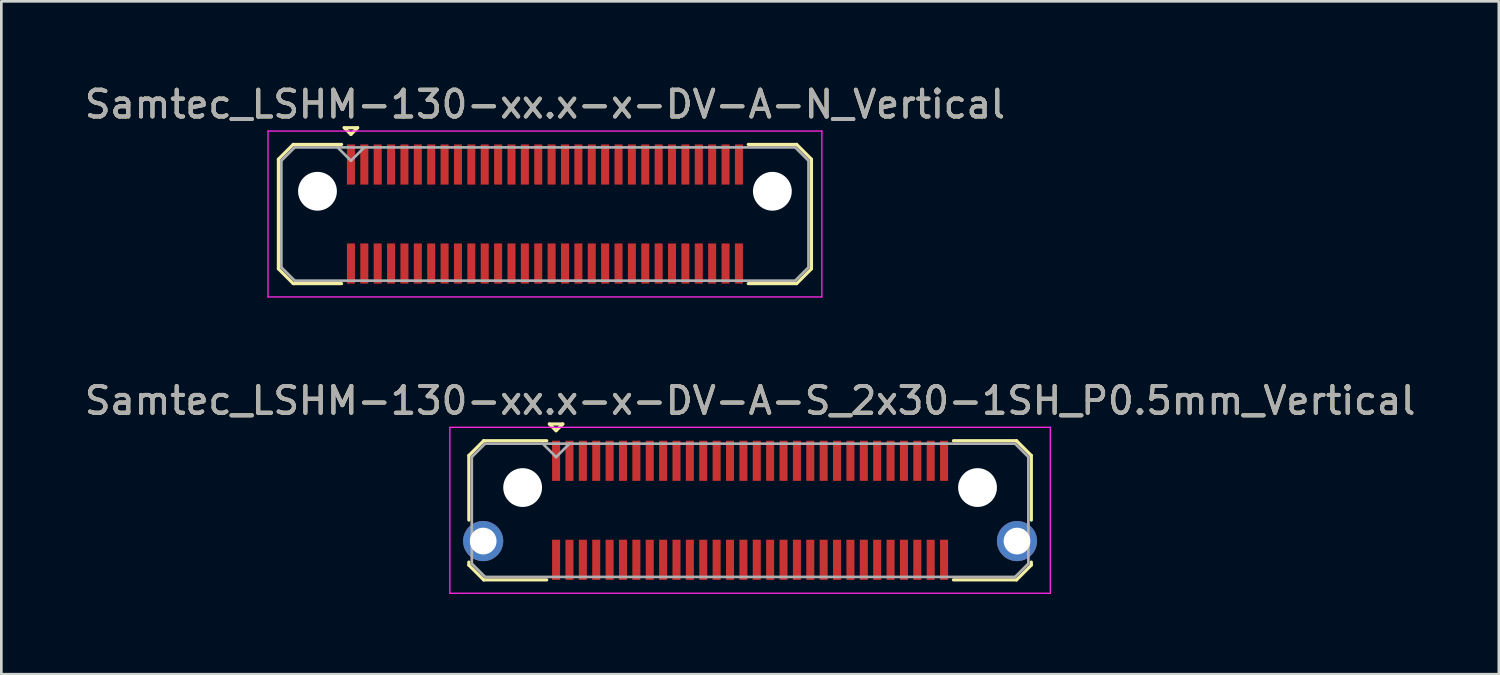
<source format=kicad_pcb>
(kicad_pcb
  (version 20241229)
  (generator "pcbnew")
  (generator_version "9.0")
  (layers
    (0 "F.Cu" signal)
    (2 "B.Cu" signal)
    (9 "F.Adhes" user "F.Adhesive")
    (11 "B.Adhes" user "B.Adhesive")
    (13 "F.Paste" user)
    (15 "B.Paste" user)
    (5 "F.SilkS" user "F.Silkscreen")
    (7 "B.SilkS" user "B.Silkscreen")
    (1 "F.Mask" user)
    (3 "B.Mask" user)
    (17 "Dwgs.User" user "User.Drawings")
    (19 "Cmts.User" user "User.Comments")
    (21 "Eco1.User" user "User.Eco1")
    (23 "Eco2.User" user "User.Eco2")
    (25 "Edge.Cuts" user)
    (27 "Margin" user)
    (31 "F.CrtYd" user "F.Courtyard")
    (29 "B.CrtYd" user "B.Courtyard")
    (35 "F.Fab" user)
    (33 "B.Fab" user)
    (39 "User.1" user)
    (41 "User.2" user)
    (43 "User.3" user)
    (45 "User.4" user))
  (footprint "Samtec_LSHM-130-xx.x-x-DV-A-S_2x30-1SH_P0.5mm_Vertical"
    (layer "F.Cu")
    (at 24.982 16.021)
    (property "Reference" "Samtec_LSHM-130-xx.x-x-DV-A-S_2x30-1SH_P0.5mm_Vertical" (at 0 -4.1 0) (layer "F.SilkS") (effects (font (size 1 1) (thickness 0.15))))
    (attr smd)
    (fp_line (start -10.51 -2.047) (end -10.51 0.365) (stroke (width 0.12) (type solid)) (layer "F.SilkS"))
    (fp_line (start -10.51 1.935) (end -10.51 2.047) (stroke (width 0.12) (type solid)) (layer "F.SilkS"))
    (fp_line (start -10.51 2.047) (end -9.957 2.6) (stroke (width 0.12) (type solid)) (layer "F.SilkS"))
    (fp_line (start -9.957 -2.6) (end -10.51 -2.047) (stroke (width 0.12) (type solid)) (layer "F.SilkS"))
    (fp_line (start -9.957 2.6) (end -7.6 2.6) (stroke (width 0.12) (type solid)) (layer "F.SilkS"))
    (fp_line (start -7.6 -2.6) (end -9.957 -2.6) (stroke (width 0.12) (type solid)) (layer "F.SilkS"))
    (fp_line (start -7.5 -3.225) (end -7 -3.225) (stroke (width 0.12) (type solid)) (layer "F.SilkS"))
    (fp_line (start -7.25 -2.975) (end -7.5 -3.225) (stroke (width 0.12) (type solid)) (layer "F.SilkS"))
    (fp_line (start -7 -3.225) (end -7.25 -2.975) (stroke (width 0.12) (type solid)) (layer "F.SilkS"))
    (fp_line (start 7.6 -2.6) (end 9.957 -2.6) (stroke (width 0.12) (type solid)) (layer "F.SilkS"))
    (fp_line (start 9.957 -2.6) (end 10.51 -2.047) (stroke (width 0.12) (type solid)) (layer "F.SilkS"))
    (fp_line (start 9.957 2.6) (end 7.6 2.6) (stroke (width 0.12) (type solid)) (layer "F.SilkS"))
    (fp_line (start 10.51 -2.047) (end 10.51 0.365) (stroke (width 0.12) (type solid)) (layer "F.SilkS"))
    (fp_line (start 10.51 1.935) (end 10.51 2.047) (stroke (width 0.12) (type solid)) (layer "F.SilkS"))
    (fp_line (start 10.51 2.047) (end 9.957 2.6) (stroke (width 0.12) (type solid)) (layer "F.SilkS"))
    (fp_line (start -11.22 -3.1) (end -11.22 3.1) (stroke (width 0.05) (type solid)) (layer "F.CrtYd"))
    (fp_line (start -11.22 3.1) (end 11.22 3.1) (stroke (width 0.05) (type solid)) (layer "F.CrtYd"))
    (fp_line (start 11.22 -3.1) (end -11.22 -3.1) (stroke (width 0.05) (type solid)) (layer "F.CrtYd"))
    (fp_line (start 11.22 3.1) (end 11.22 -3.1) (stroke (width 0.05) (type solid)) (layer "F.CrtYd"))
    (fp_line (start -10.4 -1.992) (end -10.4 1.992) (stroke (width 0.1) (type solid)) (layer "F.Fab"))
    (fp_line (start -10.4 1.992) (end -9.902 2.49) (stroke (width 0.1) (type solid)) (layer "F.Fab"))
    (fp_line (start -9.902 -2.49) (end -10.4 -1.992) (stroke (width 0.1) (type solid)) (layer "F.Fab"))
    (fp_line (start -9.902 2.49) (end 9.902 2.49) (stroke (width 0.1) (type solid)) (layer "F.Fab"))
    (fp_line (start -7.25 -1.99) (end -7.75 -2.49) (stroke (width 0.1) (type solid)) (layer "F.Fab"))
    (fp_line (start -6.75 -2.49) (end -7.25 -1.99) (stroke (width 0.1) (type solid)) (layer "F.Fab"))
    (fp_line (start 9.902 -2.49) (end -9.902 -2.49) (stroke (width 0.1) (type solid)) (layer "F.Fab"))
    (fp_line (start 9.902 2.49) (end 10.4 1.992) (stroke (width 0.1) (type solid)) (layer "F.Fab"))
    (fp_line (start 10.4 -1.992) (end 9.902 -2.49) (stroke (width 0.1) (type solid)) (layer "F.Fab"))
    (fp_line (start 10.4 1.992) (end 10.4 -1.992) (stroke (width 0.1) (type solid)) (layer "F.Fab"))
    (fp_text user "${REFERENCE}" (at 0 -4.1 0) (layer "F.Fab") (effects (font (size 1 1) (thickness 0.15))))
    (pad "" np_thru_hole circle (at -8.5 -0.85) (size 1.45 1.45) (drill 1.45) (layers "*.Cu" "*.Mask"))
    (pad "" np_thru_hole circle (at 8.5 -0.85) (size 1.45 1.45) (drill 1.45) (layers "*.Cu" "*.Mask"))
    (pad "1" smd rect (at -7.25 -1.85) (size 0.3 1.5) (layers "F.Cu" "F.Mask" "F.Paste"))
    (pad "2" smd rect (at -7.25 1.85) (size 0.3 1.5) (layers "F.Cu" "F.Mask" "F.Paste"))
    (pad "3" smd rect (at -6.75 -1.85) (size 0.3 1.5) (layers "F.Cu" "F.Mask" "F.Paste"))
    (pad "4" smd rect (at -6.75 1.85) (size 0.3 1.5) (layers "F.Cu" "F.Mask" "F.Paste"))
    (pad "5" smd rect (at -6.25 -1.85) (size 0.3 1.5) (layers "F.Cu" "F.Mask" "F.Paste"))
    (pad "6" smd rect (at -6.25 1.85) (size 0.3 1.5) (layers "F.Cu" "F.Mask" "F.Paste"))
    (pad "7" smd rect (at -5.75 -1.85) (size 0.3 1.5) (layers "F.Cu" "F.Mask" "F.Paste"))
    (pad "8" smd rect (at -5.75 1.85) (size 0.3 1.5) (layers "F.Cu" "F.Mask" "F.Paste"))
    (pad "9" smd rect (at -5.25 -1.85) (size 0.3 1.5) (layers "F.Cu" "F.Mask" "F.Paste"))
    (pad "10" smd rect (at -5.25 1.85) (size 0.3 1.5) (layers "F.Cu" "F.Mask" "F.Paste"))
    (pad "11" smd rect (at -4.75 -1.85) (size 0.3 1.5) (layers "F.Cu" "F.Mask" "F.Paste"))
    (pad "12" smd rect (at -4.75 1.85) (size 0.3 1.5) (layers "F.Cu" "F.Mask" "F.Paste"))
    (pad "13" smd rect (at -4.25 -1.85) (size 0.3 1.5) (layers "F.Cu" "F.Mask" "F.Paste"))
    (pad "14" smd rect (at -4.25 1.85) (size 0.3 1.5) (layers "F.Cu" "F.Mask" "F.Paste"))
    (pad "15" smd rect (at -3.75 -1.85) (size 0.3 1.5) (layers "F.Cu" "F.Mask" "F.Paste"))
    (pad "16" smd rect (at -3.75 1.85) (size 0.3 1.5) (layers "F.Cu" "F.Mask" "F.Paste"))
    (pad "17" smd rect (at -3.25 -1.85) (size 0.3 1.5) (layers "F.Cu" "F.Mask" "F.Paste"))
    (pad "18" smd rect (at -3.25 1.85) (size 0.3 1.5) (layers "F.Cu" "F.Mask" "F.Paste"))
    (pad "19" smd rect (at -2.75 -1.85) (size 0.3 1.5) (layers "F.Cu" "F.Mask" "F.Paste"))
    (pad "20" smd rect (at -2.75 1.85) (size 0.3 1.5) (layers "F.Cu" "F.Mask" "F.Paste"))
    (pad "21" smd rect (at -2.25 -1.85) (size 0.3 1.5) (layers "F.Cu" "F.Mask" "F.Paste"))
    (pad "22" smd rect (at -2.25 1.85) (size 0.3 1.5) (layers "F.Cu" "F.Mask" "F.Paste"))
    (pad "23" smd rect (at -1.75 -1.85) (size 0.3 1.5) (layers "F.Cu" "F.Mask" "F.Paste"))
    (pad "24" smd rect (at -1.75 1.85) (size 0.3 1.5) (layers "F.Cu" "F.Mask" "F.Paste"))
    (pad "25" smd rect (at -1.25 -1.85) (size 0.3 1.5) (layers "F.Cu" "F.Mask" "F.Paste"))
    (pad "26" smd rect (at -1.25 1.85) (size 0.3 1.5) (layers "F.Cu" "F.Mask" "F.Paste"))
    (pad "27" smd rect (at -0.75 -1.85) (size 0.3 1.5) (layers "F.Cu" "F.Mask" "F.Paste"))
    (pad "28" smd rect (at -0.75 1.85) (size 0.3 1.5) (layers "F.Cu" "F.Mask" "F.Paste"))
    (pad "29" smd rect (at -0.25 -1.85) (size 0.3 1.5) (layers "F.Cu" "F.Mask" "F.Paste"))
    (pad "30" smd rect (at -0.25 1.85) (size 0.3 1.5) (layers "F.Cu" "F.Mask" "F.Paste"))
    (pad "31" smd rect (at 0.25 -1.85) (size 0.3 1.5) (layers "F.Cu" "F.Mask" "F.Paste"))
    (pad "32" smd rect (at 0.25 1.85) (size 0.3 1.5) (layers "F.Cu" "F.Mask" "F.Paste"))
    (pad "33" smd rect (at 0.75 -1.85) (size 0.3 1.5) (layers "F.Cu" "F.Mask" "F.Paste"))
    (pad "34" smd rect (at 0.75 1.85) (size 0.3 1.5) (layers "F.Cu" "F.Mask" "F.Paste"))
    (pad "35" smd rect (at 1.25 -1.85) (size 0.3 1.5) (layers "F.Cu" "F.Mask" "F.Paste"))
    (pad "36" smd rect (at 1.25 1.85) (size 0.3 1.5) (layers "F.Cu" "F.Mask" "F.Paste"))
    (pad "37" smd rect (at 1.75 -1.85) (size 0.3 1.5) (layers "F.Cu" "F.Mask" "F.Paste"))
    (pad "38" smd rect (at 1.75 1.85) (size 0.3 1.5) (layers "F.Cu" "F.Mask" "F.Paste"))
    (pad "39" smd rect (at 2.25 -1.85) (size 0.3 1.5) (layers "F.Cu" "F.Mask" "F.Paste"))
    (pad "40" smd rect (at 2.25 1.85) (size 0.3 1.5) (layers "F.Cu" "F.Mask" "F.Paste"))
    (pad "41" smd rect (at 2.75 -1.85) (size 0.3 1.5) (layers "F.Cu" "F.Mask" "F.Paste"))
    (pad "42" smd rect (at 2.75 1.85) (size 0.3 1.5) (layers "F.Cu" "F.Mask" "F.Paste"))
    (pad "43" smd rect (at 3.25 -1.85) (size 0.3 1.5) (layers "F.Cu" "F.Mask" "F.Paste"))
    (pad "44" smd rect (at 3.25 1.85) (size 0.3 1.5) (layers "F.Cu" "F.Mask" "F.Paste"))
    (pad "45" smd rect (at 3.75 -1.85) (size 0.3 1.5) (layers "F.Cu" "F.Mask" "F.Paste"))
    (pad "46" smd rect (at 3.75 1.85) (size 0.3 1.5) (layers "F.Cu" "F.Mask" "F.Paste"))
    (pad "47" smd rect (at 4.25 -1.85) (size 0.3 1.5) (layers "F.Cu" "F.Mask" "F.Paste"))
    (pad "48" smd rect (at 4.25 1.85) (size 0.3 1.5) (layers "F.Cu" "F.Mask" "F.Paste"))
    (pad "49" smd rect (at 4.75 -1.85) (size 0.3 1.5) (layers "F.Cu" "F.Mask" "F.Paste"))
    (pad "50" smd rect (at 4.75 1.85) (size 0.3 1.5) (layers "F.Cu" "F.Mask" "F.Paste"))
    (pad "51" smd rect (at 5.25 -1.85) (size 0.3 1.5) (layers "F.Cu" "F.Mask" "F.Paste"))
    (pad "52" smd rect (at 5.25 1.85) (size 0.3 1.5) (layers "F.Cu" "F.Mask" "F.Paste"))
    (pad "53" smd rect (at 5.75 -1.85) (size 0.3 1.5) (layers "F.Cu" "F.Mask" "F.Paste"))
    (pad "54" smd rect (at 5.75 1.85) (size 0.3 1.5) (layers "F.Cu" "F.Mask" "F.Paste"))
    (pad "55" smd rect (at 6.25 -1.85) (size 0.3 1.5) (layers "F.Cu" "F.Mask" "F.Paste"))
    (pad "56" smd rect (at 6.25 1.85) (size 0.3 1.5) (layers "F.Cu" "F.Mask" "F.Paste"))
    (pad "57" smd rect (at 6.75 -1.85) (size 0.3 1.5) (layers "F.Cu" "F.Mask" "F.Paste"))
    (pad "58" smd rect (at 6.75 1.85) (size 0.3 1.5) (layers "F.Cu" "F.Mask" "F.Paste"))
    (pad "59" smd rect (at 7.25 -1.85) (size 0.3 1.5) (layers "F.Cu" "F.Mask" "F.Paste"))
    (pad "60" smd rect (at 7.25 1.85) (size 0.3 1.5) (layers "F.Cu" "F.Mask" "F.Paste"))
    (pad "SH" thru_hole circle (at -9.975 1.15) (size 1.5 1.5) (drill 1) (layers "*.Cu" "*.Mask"))
    (pad "SH" thru_hole circle (at 9.975 1.15) (size 1.5 1.5) (drill 1) (layers "*.Cu" "*.Mask")))
  (footprint "Samtec_LSHM-130-xx.x-x-DV-A-N_Vertical"
    (layer "F.Cu")
    (at 17.315 4.948)
    (property "Reference" "Samtec_LSHM-130-xx.x-x-DV-A-N_Vertical" (at 0 -4.1 0) (layer "F.SilkS") (effects (font (size 1 1) (thickness 0.15))))
    (attr smd)
    (fp_line (start -9.96 -2.047) (end -9.96 2.047) (stroke (width 0.12) (type solid)) (layer "F.SilkS"))
    (fp_line (start -9.96 2.047) (end -9.407 2.6) (stroke (width 0.12) (type solid)) (layer "F.SilkS"))
    (fp_line (start -9.407 -2.6) (end -9.96 -2.047) (stroke (width 0.12) (type solid)) (layer "F.SilkS"))
    (fp_line (start -9.407 2.6) (end -7.6 2.6) (stroke (width 0.12) (type solid)) (layer "F.SilkS"))
    (fp_line (start -7.6 -2.6) (end -9.407 -2.6) (stroke (width 0.12) (type solid)) (layer "F.SilkS"))
    (fp_line (start -7.5 -3.225) (end -7 -3.225) (stroke (width 0.12) (type solid)) (layer "F.SilkS"))
    (fp_line (start -7.25 -2.975) (end -7.5 -3.225) (stroke (width 0.12) (type solid)) (layer "F.SilkS"))
    (fp_line (start -7 -3.225) (end -7.25 -2.975) (stroke (width 0.12) (type solid)) (layer "F.SilkS"))
    (fp_line (start 7.6 -2.6) (end 9.407 -2.6) (stroke (width 0.12) (type solid)) (layer "F.SilkS"))
    (fp_line (start 9.407 -2.6) (end 9.96 -2.047) (stroke (width 0.12) (type solid)) (layer "F.SilkS"))
    (fp_line (start 9.407 2.6) (end 7.6 2.6) (stroke (width 0.12) (type solid)) (layer "F.SilkS"))
    (fp_line (start 9.96 -2.047) (end 9.96 2.047) (stroke (width 0.12) (type solid)) (layer "F.SilkS"))
    (fp_line (start 9.96 2.047) (end 9.407 2.6) (stroke (width 0.12) (type solid)) (layer "F.SilkS"))
    (fp_line (start -10.35 -3.1) (end -10.35 3.1) (stroke (width 0.05) (type solid)) (layer "F.CrtYd"))
    (fp_line (start -10.35 3.1) (end 10.35 3.1) (stroke (width 0.05) (type solid)) (layer "F.CrtYd"))
    (fp_line (start 10.35 -3.1) (end -10.35 -3.1) (stroke (width 0.05) (type solid)) (layer "F.CrtYd"))
    (fp_line (start 10.35 3.1) (end 10.35 -3.1) (stroke (width 0.05) (type solid)) (layer "F.CrtYd"))
    (fp_line (start -9.85 -1.992) (end -9.85 1.992) (stroke (width 0.1) (type solid)) (layer "F.Fab"))
    (fp_line (start -9.85 1.992) (end -9.352 2.49) (stroke (width 0.1) (type solid)) (layer "F.Fab"))
    (fp_line (start -9.352 -2.49) (end -9.85 -1.992) (stroke (width 0.1) (type solid)) (layer "F.Fab"))
    (fp_line (start -9.352 2.49) (end 9.352 2.49) (stroke (width 0.1) (type solid)) (layer "F.Fab"))
    (fp_line (start -7.25 -1.99) (end -7.75 -2.49) (stroke (width 0.1) (type solid)) (layer "F.Fab"))
    (fp_line (start -6.75 -2.49) (end -7.25 -1.99) (stroke (width 0.1) (type solid)) (layer "F.Fab"))
    (fp_line (start 9.352 -2.49) (end -9.352 -2.49) (stroke (width 0.1) (type solid)) (layer "F.Fab"))
    (fp_line (start 9.352 2.49) (end 9.85 1.992) (stroke (width 0.1) (type solid)) (layer "F.Fab"))
    (fp_line (start 9.85 -1.992) (end 9.352 -2.49) (stroke (width 0.1) (type solid)) (layer "F.Fab"))
    (fp_line (start 9.85 1.992) (end 9.85 -1.992) (stroke (width 0.1) (type solid)) (layer "F.Fab"))
    (fp_text user "${REFERENCE}" (at 0 -4.1 0) (layer "F.Fab") (effects (font (size 1 1) (thickness 0.15))))
    (pad "" np_thru_hole circle (at -8.5 -0.85) (size 1.45 1.45) (drill 1.45) (layers "*.Cu" "*.Mask"))
    (pad "" np_thru_hole circle (at 8.5 -0.85) (size 1.45 1.45) (drill 1.45) (layers "*.Cu" "*.Mask"))
    (pad "1" smd rect (at -7.25 -1.85) (size 0.3 1.5) (layers "F.Cu" "F.Mask" "F.Paste"))
    (pad "2" smd rect (at -7.25 1.85) (size 0.3 1.5) (layers "F.Cu" "F.Mask" "F.Paste"))
    (pad "3" smd rect (at -6.75 -1.85) (size 0.3 1.5) (layers "F.Cu" "F.Mask" "F.Paste"))
    (pad "4" smd rect (at -6.75 1.85) (size 0.3 1.5) (layers "F.Cu" "F.Mask" "F.Paste"))
    (pad "5" smd rect (at -6.25 -1.85) (size 0.3 1.5) (layers "F.Cu" "F.Mask" "F.Paste"))
    (pad "6" smd rect (at -6.25 1.85) (size 0.3 1.5) (layers "F.Cu" "F.Mask" "F.Paste"))
    (pad "7" smd rect (at -5.75 -1.85) (size 0.3 1.5) (layers "F.Cu" "F.Mask" "F.Paste"))
    (pad "8" smd rect (at -5.75 1.85) (size 0.3 1.5) (layers "F.Cu" "F.Mask" "F.Paste"))
    (pad "9" smd rect (at -5.25 -1.85) (size 0.3 1.5) (layers "F.Cu" "F.Mask" "F.Paste"))
    (pad "10" smd rect (at -5.25 1.85) (size 0.3 1.5) (layers "F.Cu" "F.Mask" "F.Paste"))
    (pad "11" smd rect (at -4.75 -1.85) (size 0.3 1.5) (layers "F.Cu" "F.Mask" "F.Paste"))
    (pad "12" smd rect (at -4.75 1.85) (size 0.3 1.5) (layers "F.Cu" "F.Mask" "F.Paste"))
    (pad "13" smd rect (at -4.25 -1.85) (size 0.3 1.5) (layers "F.Cu" "F.Mask" "F.Paste"))
    (pad "14" smd rect (at -4.25 1.85) (size 0.3 1.5) (layers "F.Cu" "F.Mask" "F.Paste"))
    (pad "15" smd rect (at -3.75 -1.85) (size 0.3 1.5) (layers "F.Cu" "F.Mask" "F.Paste"))
    (pad "16" smd rect (at -3.75 1.85) (size 0.3 1.5) (layers "F.Cu" "F.Mask" "F.Paste"))
    (pad "17" smd rect (at -3.25 -1.85) (size 0.3 1.5) (layers "F.Cu" "F.Mask" "F.Paste"))
    (pad "18" smd rect (at -3.25 1.85) (size 0.3 1.5) (layers "F.Cu" "F.Mask" "F.Paste"))
    (pad "19" smd rect (at -2.75 -1.85) (size 0.3 1.5) (layers "F.Cu" "F.Mask" "F.Paste"))
    (pad "20" smd rect (at -2.75 1.85) (size 0.3 1.5) (layers "F.Cu" "F.Mask" "F.Paste"))
    (pad "21" smd rect (at -2.25 -1.85) (size 0.3 1.5) (layers "F.Cu" "F.Mask" "F.Paste"))
    (pad "22" smd rect (at -2.25 1.85) (size 0.3 1.5) (layers "F.Cu" "F.Mask" "F.Paste"))
    (pad "23" smd rect (at -1.75 -1.85) (size 0.3 1.5) (layers "F.Cu" "F.Mask" "F.Paste"))
    (pad "24" smd rect (at -1.75 1.85) (size 0.3 1.5) (layers "F.Cu" "F.Mask" "F.Paste"))
    (pad "25" smd rect (at -1.25 -1.85) (size 0.3 1.5) (layers "F.Cu" "F.Mask" "F.Paste"))
    (pad "26" smd rect (at -1.25 1.85) (size 0.3 1.5) (layers "F.Cu" "F.Mask" "F.Paste"))
    (pad "27" smd rect (at -0.75 -1.85) (size 0.3 1.5) (layers "F.Cu" "F.Mask" "F.Paste"))
    (pad "28" smd rect (at -0.75 1.85) (size 0.3 1.5) (layers "F.Cu" "F.Mask" "F.Paste"))
    (pad "29" smd rect (at -0.25 -1.85) (size 0.3 1.5) (layers "F.Cu" "F.Mask" "F.Paste"))
    (pad "30" smd rect (at -0.25 1.85) (size 0.3 1.5) (layers "F.Cu" "F.Mask" "F.Paste"))
    (pad "31" smd rect (at 0.25 -1.85) (size 0.3 1.5) (layers "F.Cu" "F.Mask" "F.Paste"))
    (pad "32" smd rect (at 0.25 1.85) (size 0.3 1.5) (layers "F.Cu" "F.Mask" "F.Paste"))
    (pad "33" smd rect (at 0.75 -1.85) (size 0.3 1.5) (layers "F.Cu" "F.Mask" "F.Paste"))
    (pad "34" smd rect (at 0.75 1.85) (size 0.3 1.5) (layers "F.Cu" "F.Mask" "F.Paste"))
    (pad "35" smd rect (at 1.25 -1.85) (size 0.3 1.5) (layers "F.Cu" "F.Mask" "F.Paste"))
    (pad "36" smd rect (at 1.25 1.85) (size 0.3 1.5) (layers "F.Cu" "F.Mask" "F.Paste"))
    (pad "37" smd rect (at 1.75 -1.85) (size 0.3 1.5) (layers "F.Cu" "F.Mask" "F.Paste"))
    (pad "38" smd rect (at 1.75 1.85) (size 0.3 1.5) (layers "F.Cu" "F.Mask" "F.Paste"))
    (pad "39" smd rect (at 2.25 -1.85) (size 0.3 1.5) (layers "F.Cu" "F.Mask" "F.Paste"))
    (pad "40" smd rect (at 2.25 1.85) (size 0.3 1.5) (layers "F.Cu" "F.Mask" "F.Paste"))
    (pad "41" smd rect (at 2.75 -1.85) (size 0.3 1.5) (layers "F.Cu" "F.Mask" "F.Paste"))
    (pad "42" smd rect (at 2.75 1.85) (size 0.3 1.5) (layers "F.Cu" "F.Mask" "F.Paste"))
    (pad "43" smd rect (at 3.25 -1.85) (size 0.3 1.5) (layers "F.Cu" "F.Mask" "F.Paste"))
    (pad "44" smd rect (at 3.25 1.85) (size 0.3 1.5) (layers "F.Cu" "F.Mask" "F.Paste"))
    (pad "45" smd rect (at 3.75 -1.85) (size 0.3 1.5) (layers "F.Cu" "F.Mask" "F.Paste"))
    (pad "46" smd rect (at 3.75 1.85) (size 0.3 1.5) (layers "F.Cu" "F.Mask" "F.Paste"))
    (pad "47" smd rect (at 4.25 -1.85) (size 0.3 1.5) (layers "F.Cu" "F.Mask" "F.Paste"))
    (pad "48" smd rect (at 4.25 1.85) (size 0.3 1.5) (layers "F.Cu" "F.Mask" "F.Paste"))
    (pad "49" smd rect (at 4.75 -1.85) (size 0.3 1.5) (layers "F.Cu" "F.Mask" "F.Paste"))
    (pad "50" smd rect (at 4.75 1.85) (size 0.3 1.5) (layers "F.Cu" "F.Mask" "F.Paste"))
    (pad "51" smd rect (at 5.25 -1.85) (size 0.3 1.5) (layers "F.Cu" "F.Mask" "F.Paste"))
    (pad "52" smd rect (at 5.25 1.85) (size 0.3 1.5) (layers "F.Cu" "F.Mask" "F.Paste"))
    (pad "53" smd rect (at 5.75 -1.85) (size 0.3 1.5) (layers "F.Cu" "F.Mask" "F.Paste"))
    (pad "54" smd rect (at 5.75 1.85) (size 0.3 1.5) (layers "F.Cu" "F.Mask" "F.Paste"))
    (pad "55" smd rect (at 6.25 -1.85) (size 0.3 1.5) (layers "F.Cu" "F.Mask" "F.Paste"))
    (pad "56" smd rect (at 6.25 1.85) (size 0.3 1.5) (layers "F.Cu" "F.Mask" "F.Paste"))
    (pad "57" smd rect (at 6.75 -1.85) (size 0.3 1.5) (layers "F.Cu" "F.Mask" "F.Paste"))
    (pad "58" smd rect (at 6.75 1.85) (size 0.3 1.5) (layers "F.Cu" "F.Mask" "F.Paste"))
    (pad "59" smd rect (at 7.25 -1.85) (size 0.3 1.5) (layers "F.Cu" "F.Mask" "F.Paste"))
    (pad "60" smd rect (at 7.25 1.85) (size 0.3 1.5) (layers "F.Cu" "F.Mask" "F.Paste")))
  (gr_rect
    (start -3 -3)
    (end 52.964 22.146)
    (stroke (width 0.1) (type default))
    (fill no)
    (layer "Edge.Cuts")))
</source>
